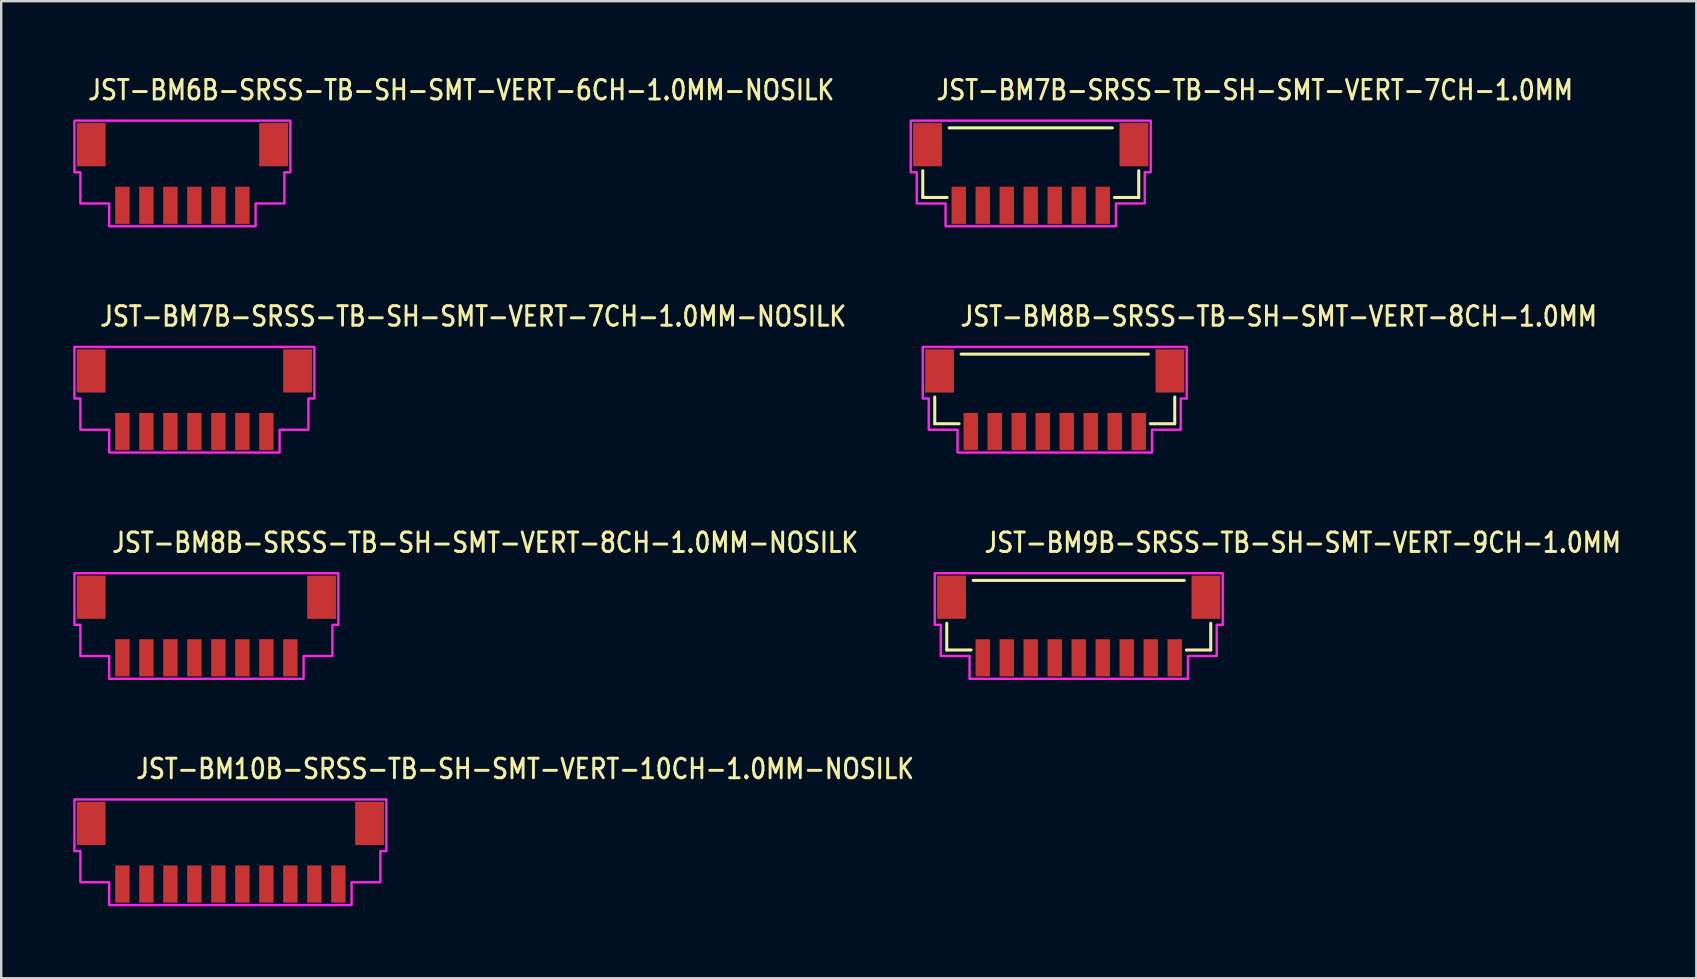
<source format=kicad_pcb>
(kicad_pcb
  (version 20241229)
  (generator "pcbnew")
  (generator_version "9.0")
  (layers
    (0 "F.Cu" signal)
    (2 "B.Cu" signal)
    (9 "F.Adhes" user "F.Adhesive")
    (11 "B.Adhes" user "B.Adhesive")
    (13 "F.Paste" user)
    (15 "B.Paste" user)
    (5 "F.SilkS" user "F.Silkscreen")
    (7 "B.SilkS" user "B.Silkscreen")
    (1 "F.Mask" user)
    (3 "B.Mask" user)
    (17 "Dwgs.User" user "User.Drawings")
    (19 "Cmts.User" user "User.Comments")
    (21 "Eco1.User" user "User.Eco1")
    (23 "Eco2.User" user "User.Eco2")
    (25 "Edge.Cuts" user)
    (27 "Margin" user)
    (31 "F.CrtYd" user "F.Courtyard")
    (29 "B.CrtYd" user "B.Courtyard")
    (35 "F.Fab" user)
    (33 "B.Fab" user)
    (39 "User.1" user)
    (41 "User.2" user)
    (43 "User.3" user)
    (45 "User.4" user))
  (footprint "JST-BM8B-SRSS-TB-SH-SMT-VERT-8CH-1.0MM-NOSILK"
    (layer "F.Cu")
    (at 5.55 23.036)
    (property "Reference" "JST-BM8B-SRSS-TB-SH-SMT-VERT-8CH-1.0MM-NOSILK" (at -4 -3 0) (unlocked yes) (layer "F.SilkS") (effects (font (size 0.813 0.695) (thickness 0.122)) (justify left bottom)))
    (fp_poly (pts (xy -5.5 -2.2) (xy -5.5 -0.05) (xy -5.25 -0.05) (xy -5.25 1.25) (xy -4.05 1.25) (xy -4.05 2.2) (xy 4.05 2.2) (xy 4.05 1.25) (xy 5.25 1.25) (xy 5.25 -0.05) (xy 5.5 -0.05) (xy 5.5 -2.2)) (stroke (width 0.1) (type solid)) (fill no) (layer "F.CrtYd"))
    (pad "P$1" smd rect (at -3.5 1.325) (size 0.6 1.55) (layers "F.Cu" "F.Mask" "F.Paste"))
    (pad "P$2" smd rect (at -2.5 1.325) (size 0.6 1.55) (layers "F.Cu" "F.Mask" "F.Paste"))
    (pad "P$3" smd rect (at -1.5 1.325) (size 0.6 1.55) (layers "F.Cu" "F.Mask" "F.Paste"))
    (pad "P$4" smd rect (at -0.5 1.325) (size 0.6 1.55) (layers "F.Cu" "F.Mask" "F.Paste"))
    (pad "P$5" smd rect (at 0.5 1.325) (size 0.6 1.55) (layers "F.Cu" "F.Mask" "F.Paste"))
    (pad "P$6" smd rect (at 1.5 1.325) (size 0.6 1.55) (layers "F.Cu" "F.Mask" "F.Paste"))
    (pad "P$7" smd rect (at 2.5 1.325) (size 0.6 1.55) (layers "F.Cu" "F.Mask" "F.Paste"))
    (pad "P$8" smd rect (at 3.5 1.325) (size 0.6 1.55) (layers "F.Cu" "F.Mask" "F.Paste"))
    (pad "S$8" smd rect (at 4.8 -1.2) (size 1.2 1.8) (layers "F.Cu" "F.Mask" "F.Paste"))
    (pad "S$9" smd rect (at -4.8 -1.2) (size 1.2 1.8) (layers "F.Cu" "F.Mask" "F.Paste")))
  (footprint "JST-BM9B-SRSS-TB-SH-SMT-VERT-9CH-1.0MM"
    (layer "F.Cu")
    (at 41.901 23.036)
    (property "Reference" "JST-BM9B-SRSS-TB-SH-SMT-VERT-9CH-1.0MM" (at -4 -3 0) (unlocked yes) (layer "F.SilkS") (effects (font (size 0.813 0.695) (thickness 0.122)) (justify left bottom)))
    (fp_line (start -5.5 -0.114) (end -5.5 1) (stroke (width 0.127) (type solid)) (layer "F.SilkS"))
    (fp_line (start -5.5 1) (end -4.487 1) (stroke (width 0.127) (type solid)) (layer "F.SilkS"))
    (fp_line (start -4.4 -1.9) (end 4.4 -1.9) (stroke (width 0.127) (type solid)) (layer "F.SilkS"))
    (fp_line (start 4.487 1) (end 5.5 1) (stroke (width 0.127) (type solid)) (layer "F.SilkS"))
    (fp_line (start 5.5 1) (end 5.5 -0.114) (stroke (width 0.127) (type solid)) (layer "F.SilkS"))
    (fp_poly (pts (xy -6 -2.2) (xy -6 -0.05) (xy -5.75 -0.05) (xy -5.75 1.25) (xy -4.55 1.25) (xy -4.55 2.2) (xy 4.55 2.2) (xy 4.55 1.25) (xy 5.75 1.25) (xy 5.75 -0.05) (xy 6 -0.05) (xy 6 -2.2)) (stroke (width 0.1) (type solid)) (fill no) (layer "F.CrtYd"))
    (pad "P$1" smd rect (at -4 1.325) (size 0.6 1.55) (layers "F.Cu" "F.Mask" "F.Paste"))
    (pad "P$2" smd rect (at -3 1.325) (size 0.6 1.55) (layers "F.Cu" "F.Mask" "F.Paste"))
    (pad "P$3" smd rect (at -2 1.325) (size 0.6 1.55) (layers "F.Cu" "F.Mask" "F.Paste"))
    (pad "P$4" smd rect (at -1 1.325) (size 0.6 1.55) (layers "F.Cu" "F.Mask" "F.Paste"))
    (pad "P$5" smd rect (at 0 1.325) (size 0.6 1.55) (layers "F.Cu" "F.Mask" "F.Paste"))
    (pad "P$6" smd rect (at 1 1.325) (size 0.6 1.55) (layers "F.Cu" "F.Mask" "F.Paste"))
    (pad "P$7" smd rect (at 2 1.325) (size 0.6 1.55) (layers "F.Cu" "F.Mask" "F.Paste"))
    (pad "P$8" smd rect (at 3 1.325) (size 0.6 1.55) (layers "F.Cu" "F.Mask" "F.Paste"))
    (pad "P$9" smd rect (at 4 1.325) (size 0.6 1.55) (layers "F.Cu" "F.Mask" "F.Paste"))
    (pad "S$9" smd rect (at 5.3 -1.2) (size 1.2 1.8) (layers "F.Cu" "F.Mask" "F.Paste"))
    (pad "S$10" smd rect (at -5.3 -1.2) (size 1.2 1.8) (layers "F.Cu" "F.Mask" "F.Paste")))
  (footprint "JST-BM7B-SRSS-TB-SH-SMT-VERT-7CH-1.0MM"
    (layer "F.Cu")
    (at 39.901 4.179)
    (property "Reference" "JST-BM7B-SRSS-TB-SH-SMT-VERT-7CH-1.0MM" (at -4 -3 0) (unlocked yes) (layer "F.SilkS") (effects (font (size 0.813 0.695) (thickness 0.122)) (justify left bottom)))
    (fp_line (start -4.5 -0.114) (end -4.5 1) (stroke (width 0.127) (type solid)) (layer "F.SilkS"))
    (fp_line (start -4.5 1) (end -3.486 1) (stroke (width 0.127) (type solid)) (layer "F.SilkS"))
    (fp_line (start -3.4 -1.9) (end 3.4 -1.9) (stroke (width 0.127) (type solid)) (layer "F.SilkS"))
    (fp_line (start 3.486 1) (end 4.5 1) (stroke (width 0.127) (type solid)) (layer "F.SilkS"))
    (fp_line (start 4.5 1) (end 4.5 -0.114) (stroke (width 0.127) (type solid)) (layer "F.SilkS"))
    (fp_poly (pts (xy -5 -2.2) (xy -5 -0.05) (xy -4.75 -0.05) (xy -4.75 1.25) (xy -3.55 1.25) (xy -3.55 2.2) (xy 3.55 2.2) (xy 3.55 1.25) (xy 4.75 1.25) (xy 4.75 -0.05) (xy 5 -0.05) (xy 5 -2.2)) (stroke (width 0.1) (type solid)) (fill no) (layer "F.CrtYd"))
    (pad "P$1" smd rect (at -3 1.325) (size 0.6 1.55) (layers "F.Cu" "F.Mask" "F.Paste"))
    (pad "P$2" smd rect (at -2 1.325) (size 0.6 1.55) (layers "F.Cu" "F.Mask" "F.Paste"))
    (pad "P$3" smd rect (at -1 1.325) (size 0.6 1.55) (layers "F.Cu" "F.Mask" "F.Paste"))
    (pad "P$4" smd rect (at 0 1.325) (size 0.6 1.55) (layers "F.Cu" "F.Mask" "F.Paste"))
    (pad "P$5" smd rect (at 1 1.325) (size 0.6 1.55) (layers "F.Cu" "F.Mask" "F.Paste"))
    (pad "P$6" smd rect (at 2 1.325) (size 0.6 1.55) (layers "F.Cu" "F.Mask" "F.Paste"))
    (pad "P$7" smd rect (at 3 1.325) (size 0.6 1.55) (layers "F.Cu" "F.Mask" "F.Paste"))
    (pad "S$7" smd rect (at 4.3 -1.2) (size 1.2 1.8) (layers "F.Cu" "F.Mask" "F.Paste"))
    (pad "S$8" smd rect (at -4.3 -1.2) (size 1.2 1.8) (layers "F.Cu" "F.Mask" "F.Paste")))
  (footprint "JST-BM10B-SRSS-TB-SH-SMT-VERT-10CH-1.0MM-NOSILK"
    (layer "F.Cu")
    (at 6.55 32.464)
    (property "Reference" "JST-BM10B-SRSS-TB-SH-SMT-VERT-10CH-1.0MM-NOSILK" (at -4 -3 0) (unlocked yes) (layer "F.SilkS") (effects (font (size 0.813 0.695) (thickness 0.122)) (justify left bottom)))
    (fp_poly (pts (xy -6.5 -2.2) (xy -6.5 -0.05) (xy -6.25 -0.05) (xy -6.25 1.25) (xy -5.05 1.25) (xy -5.05 2.2) (xy 5.05 2.2) (xy 5.05 1.25) (xy 6.25 1.25) (xy 6.25 -0.05) (xy 6.5 -0.05) (xy 6.5 -2.2)) (stroke (width 0.1) (type solid)) (fill no) (layer "F.CrtYd"))
    (pad "P$1" smd rect (at -4.5 1.325) (size 0.6 1.55) (layers "F.Cu" "F.Mask" "F.Paste"))
    (pad "P$2" smd rect (at -3.5 1.325) (size 0.6 1.55) (layers "F.Cu" "F.Mask" "F.Paste"))
    (pad "P$3" smd rect (at -2.5 1.325) (size 0.6 1.55) (layers "F.Cu" "F.Mask" "F.Paste"))
    (pad "P$4" smd rect (at -1.5 1.325) (size 0.6 1.55) (layers "F.Cu" "F.Mask" "F.Paste"))
    (pad "P$5" smd rect (at -0.5 1.325) (size 0.6 1.55) (layers "F.Cu" "F.Mask" "F.Paste"))
    (pad "P$6" smd rect (at 0.5 1.325) (size 0.6 1.55) (layers "F.Cu" "F.Mask" "F.Paste"))
    (pad "P$7" smd rect (at 1.5 1.325) (size 0.6 1.55) (layers "F.Cu" "F.Mask" "F.Paste"))
    (pad "P$8" smd rect (at 2.5 1.325) (size 0.6 1.55) (layers "F.Cu" "F.Mask" "F.Paste"))
    (pad "P$9" smd rect (at 3.5 1.325) (size 0.6 1.55) (layers "F.Cu" "F.Mask" "F.Paste"))
    (pad "P$10" smd rect (at 4.5 1.325) (size 0.6 1.55) (layers "F.Cu" "F.Mask" "F.Paste"))
    (pad "S$10" smd rect (at 5.8 -1.2) (size 1.2 1.8) (layers "F.Cu" "F.Mask" "F.Paste"))
    (pad "S$11" smd rect (at -5.8 -1.2) (size 1.2 1.8) (layers "F.Cu" "F.Mask" "F.Paste")))
  (footprint "JST-BM8B-SRSS-TB-SH-SMT-VERT-8CH-1.0MM"
    (layer "F.Cu")
    (at 40.901 13.607)
    (property "Reference" "JST-BM8B-SRSS-TB-SH-SMT-VERT-8CH-1.0MM" (at -4 -3 0) (unlocked yes) (layer "F.SilkS") (effects (font (size 0.813 0.695) (thickness 0.122)) (justify left bottom)))
    (fp_line (start -5 -0.114) (end -5 1) (stroke (width 0.127) (type solid)) (layer "F.SilkS"))
    (fp_line (start -5 1) (end -3.986 1) (stroke (width 0.127) (type solid)) (layer "F.SilkS"))
    (fp_line (start -3.9 -1.9) (end 3.9 -1.9) (stroke (width 0.127) (type solid)) (layer "F.SilkS"))
    (fp_line (start 3.986 1) (end 5 1) (stroke (width 0.127) (type solid)) (layer "F.SilkS"))
    (fp_line (start 5 1) (end 5 -0.114) (stroke (width 0.127) (type solid)) (layer "F.SilkS"))
    (fp_poly (pts (xy -5.5 -2.2) (xy -5.5 -0.05) (xy -5.25 -0.05) (xy -5.25 1.25) (xy -4.05 1.25) (xy -4.05 2.2) (xy 4.05 2.2) (xy 4.05 1.25) (xy 5.25 1.25) (xy 5.25 -0.05) (xy 5.5 -0.05) (xy 5.5 -2.2)) (stroke (width 0.1) (type solid)) (fill no) (layer "F.CrtYd"))
    (pad "P$1" smd rect (at -3.5 1.325) (size 0.6 1.55) (layers "F.Cu" "F.Mask" "F.Paste"))
    (pad "P$2" smd rect (at -2.5 1.325) (size 0.6 1.55) (layers "F.Cu" "F.Mask" "F.Paste"))
    (pad "P$3" smd rect (at -1.5 1.325) (size 0.6 1.55) (layers "F.Cu" "F.Mask" "F.Paste"))
    (pad "P$4" smd rect (at -0.5 1.325) (size 0.6 1.55) (layers "F.Cu" "F.Mask" "F.Paste"))
    (pad "P$5" smd rect (at 0.5 1.325) (size 0.6 1.55) (layers "F.Cu" "F.Mask" "F.Paste"))
    (pad "P$6" smd rect (at 1.5 1.325) (size 0.6 1.55) (layers "F.Cu" "F.Mask" "F.Paste"))
    (pad "P$7" smd rect (at 2.5 1.325) (size 0.6 1.55) (layers "F.Cu" "F.Mask" "F.Paste"))
    (pad "P$8" smd rect (at 3.5 1.325) (size 0.6 1.55) (layers "F.Cu" "F.Mask" "F.Paste"))
    (pad "S$8" smd rect (at 4.8 -1.2) (size 1.2 1.8) (layers "F.Cu" "F.Mask" "F.Paste"))
    (pad "S$9" smd rect (at -4.8 -1.2) (size 1.2 1.8) (layers "F.Cu" "F.Mask" "F.Paste")))
  (footprint "JST-BM6B-SRSS-TB-SH-SMT-VERT-6CH-1.0MM-NOSILK"
    (layer "F.Cu")
    (at 4.55 4.179)
    (property "Reference" "JST-BM6B-SRSS-TB-SH-SMT-VERT-6CH-1.0MM-NOSILK" (at -4 -3 0) (unlocked yes) (layer "F.SilkS") (effects (font (size 0.813 0.695) (thickness 0.122)) (justify left bottom)))
    (fp_poly (pts (xy -4.5 -2.2) (xy -4.5 -0.05) (xy -4.25 -0.05) (xy -4.25 1.25) (xy -3.05 1.25) (xy -3.05 2.2) (xy 3.05 2.2) (xy 3.05 1.25) (xy 4.25 1.25) (xy 4.25 -0.05) (xy 4.5 -0.05) (xy 4.5 -2.2)) (stroke (width 0.1) (type solid)) (fill no) (layer "F.CrtYd"))
    (pad "P$1" smd rect (at -2.5 1.325) (size 0.6 1.55) (layers "F.Cu" "F.Mask" "F.Paste"))
    (pad "P$2" smd rect (at -1.5 1.325) (size 0.6 1.55) (layers "F.Cu" "F.Mask" "F.Paste"))
    (pad "P$3" smd rect (at -0.5 1.325) (size 0.6 1.55) (layers "F.Cu" "F.Mask" "F.Paste"))
    (pad "P$4" smd rect (at 0.5 1.325) (size 0.6 1.55) (layers "F.Cu" "F.Mask" "F.Paste"))
    (pad "P$5" smd rect (at 1.5 1.325) (size 0.6 1.55) (layers "F.Cu" "F.Mask" "F.Paste"))
    (pad "P$6" smd rect (at 2.5 1.325) (size 0.6 1.55) (layers "F.Cu" "F.Mask" "F.Paste"))
    (pad "S$6" smd rect (at 3.8 -1.2) (size 1.2 1.8) (layers "F.Cu" "F.Mask" "F.Paste"))
    (pad "S$7" smd rect (at -3.8 -1.2) (size 1.2 1.8) (layers "F.Cu" "F.Mask" "F.Paste")))
  (footprint "JST-BM7B-SRSS-TB-SH-SMT-VERT-7CH-1.0MM-NOSILK"
    (layer "F.Cu")
    (at 5.05 13.607)
    (property "Reference" "JST-BM7B-SRSS-TB-SH-SMT-VERT-7CH-1.0MM-NOSILK" (at -4 -3 0) (unlocked yes) (layer "F.SilkS") (effects (font (size 0.813 0.695) (thickness 0.122)) (justify left bottom)))
    (fp_poly (pts (xy -5 -2.2) (xy -5 -0.05) (xy -4.75 -0.05) (xy -4.75 1.25) (xy -3.55 1.25) (xy -3.55 2.2) (xy 3.55 2.2) (xy 3.55 1.25) (xy 4.75 1.25) (xy 4.75 -0.05) (xy 5 -0.05) (xy 5 -2.2)) (stroke (width 0.1) (type solid)) (fill no) (layer "F.CrtYd"))
    (pad "P$1" smd rect (at -3 1.325) (size 0.6 1.55) (layers "F.Cu" "F.Mask" "F.Paste"))
    (pad "P$2" smd rect (at -2 1.325) (size 0.6 1.55) (layers "F.Cu" "F.Mask" "F.Paste"))
    (pad "P$3" smd rect (at -1 1.325) (size 0.6 1.55) (layers "F.Cu" "F.Mask" "F.Paste"))
    (pad "P$4" smd rect (at 0 1.325) (size 0.6 1.55) (layers "F.Cu" "F.Mask" "F.Paste"))
    (pad "P$5" smd rect (at 1 1.325) (size 0.6 1.55) (layers "F.Cu" "F.Mask" "F.Paste"))
    (pad "P$6" smd rect (at 2 1.325) (size 0.6 1.55) (layers "F.Cu" "F.Mask" "F.Paste"))
    (pad "P$7" smd rect (at 3 1.325) (size 0.6 1.55) (layers "F.Cu" "F.Mask" "F.Paste"))
    (pad "S$7" smd rect (at 4.3 -1.2) (size 1.2 1.8) (layers "F.Cu" "F.Mask" "F.Paste"))
    (pad "S$8" smd rect (at -4.3 -1.2) (size 1.2 1.8) (layers "F.Cu" "F.Mask" "F.Paste")))
  (gr_rect
    (start -3 -3)
    (end 67.635 37.714)
    (stroke (width 0.1) (type default))
    (fill no)
    (layer "Edge.Cuts")))
</source>
